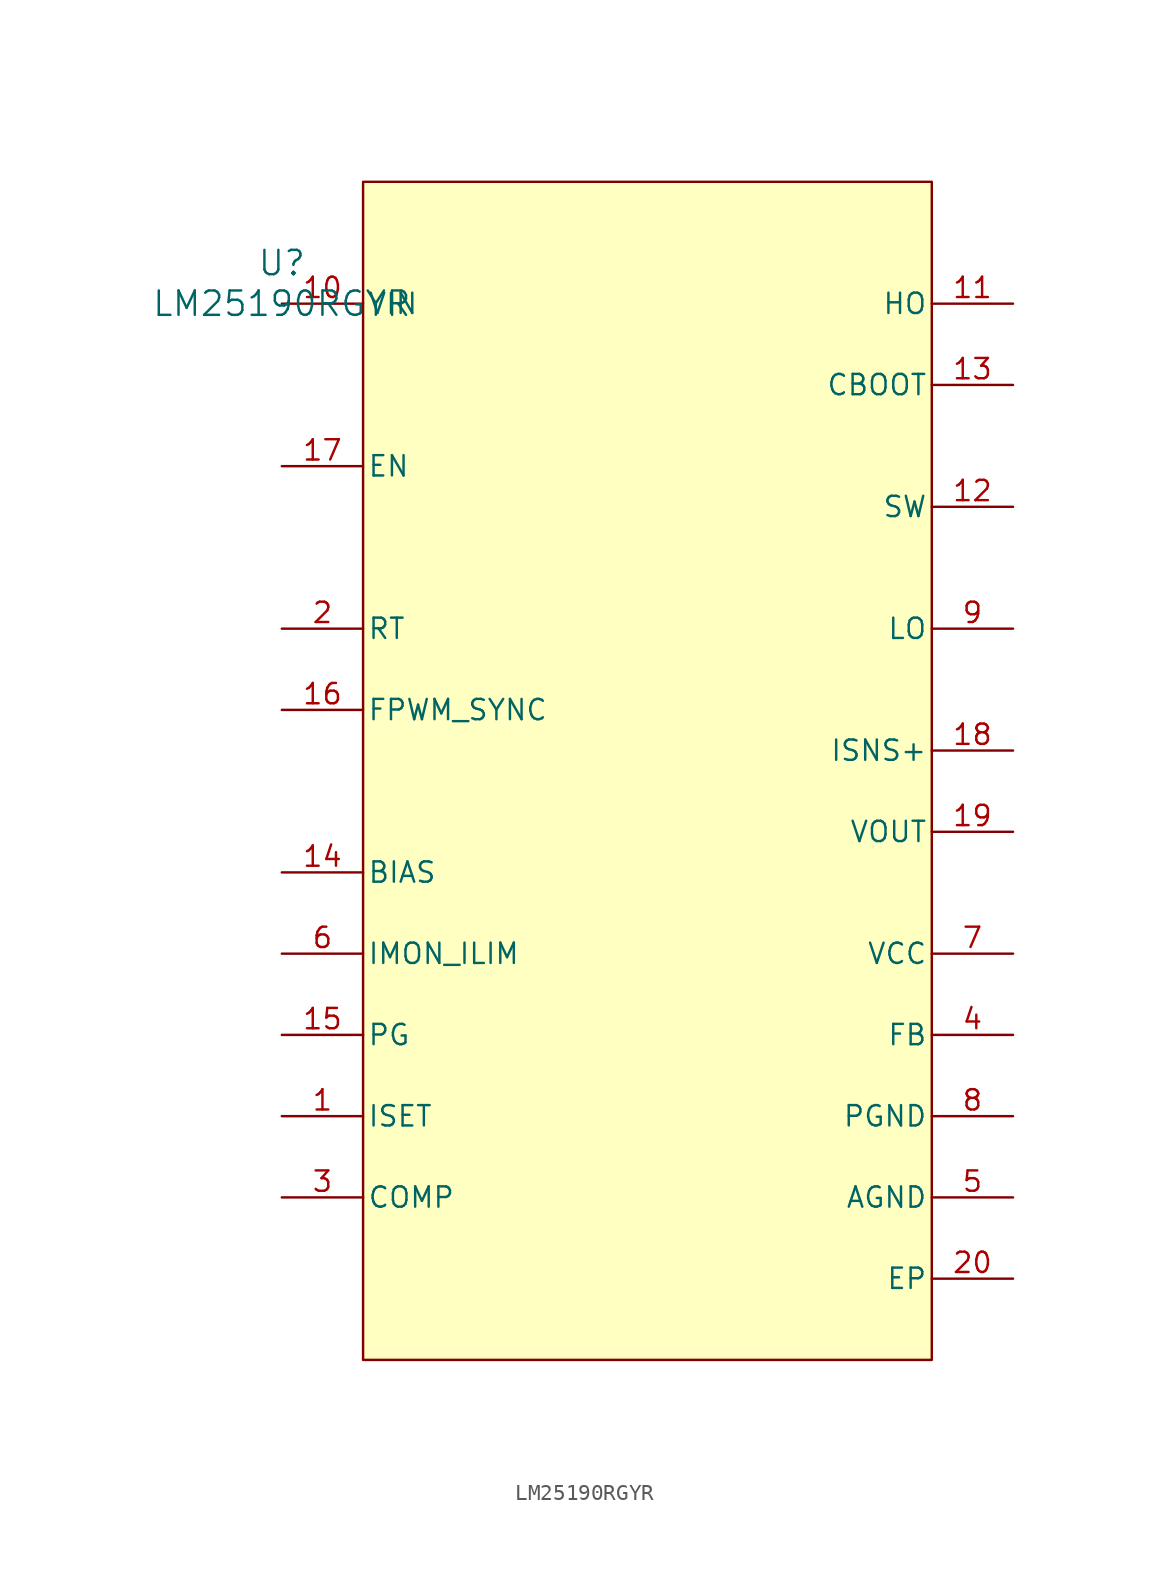
<source format=kicad_sym>
(kicad_symbol_lib
  (version 20241209)
  (generator "kicad_symbol_editor")
  (generator_version "9.0")
  (symbol "LM25190RGYR"
    (pin_names
      (offset 0.254))
    (property "Reference" "U"
      (at 0 2.54 0)
      (effects (font (size 1.524 1.524))))
    (property "Value" "LM25190RGYR"
      (at 0 0 0)
      (effects (font (size 1.524 1.524))))
    (property "ki_locked" ""
      (at 0 0 0)
      (effects (font (size 1.27 1.27))))
    (symbol "LM25190RGYR_0_1"
      (pin power_in line (at 0 0 0) (length 5.08) (name "VIN" (effects (font (size 1.27 1.27)))) (number "10" (effects (font (size 1.27 1.27)))))
      (pin input line (at 0 -10.16 0) (length 5.08) (name "EN" (effects (font (size 1.27 1.27)))) (number "17" (effects (font (size 1.27 1.27)))))
      (pin unspecified line (at 0 -20.32 0) (length 5.08) (name "RT" (effects (font (size 1.27 1.27)))) (number "2" (effects (font (size 1.27 1.27)))))
      (pin input line (at 0 -25.4 0) (length 5.08) (name "FPWM_SYNC" (effects (font (size 1.27 1.27)))) (number "16" (effects (font (size 1.27 1.27)))))
      (pin unspecified line (at 0 -35.56 0) (length 5.08) (name "BIAS" (effects (font (size 1.27 1.27)))) (number "14" (effects (font (size 1.27 1.27)))))
      (pin unspecified line (at 0 -40.64 0) (length 5.08) (name "IMON_ILIM" (effects (font (size 1.27 1.27)))) (number "6" (effects (font (size 1.27 1.27)))))
      (pin open_collector line (at 0 -45.72 0) (length 5.08) (name "PG" (effects (font (size 1.27 1.27)))) (number "15" (effects (font (size 1.27 1.27)))))
      (pin unspecified line (at 0 -50.8 0) (length 5.08) (name "ISET" (effects (font (size 1.27 1.27)))) (number "1" (effects (font (size 1.27 1.27)))))
      (pin unspecified line (at 0 -55.88 0) (length 5.08) (name "COMP" (effects (font (size 1.27 1.27)))) (number "3" (effects (font (size 1.27 1.27)))))
      (pin unspecified line (at 45.72 0 180) (length 5.08) (name "HO" (effects (font (size 1.27 1.27)))) (number "11" (effects (font (size 1.27 1.27)))))
      (pin unspecified line (at 45.72 -5.08 180) (length 5.08) (name "CBOOT" (effects (font (size 1.27 1.27)))) (number "13" (effects (font (size 1.27 1.27)))))
      (pin unspecified line (at 45.72 -12.7 180) (length 5.08) (name "SW" (effects (font (size 1.27 1.27)))) (number "12" (effects (font (size 1.27 1.27)))))
      (pin unspecified line (at 45.72 -20.32 180) (length 5.08) (name "LO" (effects (font (size 1.27 1.27)))) (number "9" (effects (font (size 1.27 1.27)))))
      (pin unspecified line (at 45.72 -27.94 180) (length 5.08) (name "ISNS+" (effects (font (size 1.27 1.27)))) (number "18" (effects (font (size 1.27 1.27)))))
      (pin unspecified line (at 45.72 -33.02 180) (length 5.08) (name "VOUT" (effects (font (size 1.27 1.27)))) (number "19" (effects (font (size 1.27 1.27)))))
      (pin power_in line (at 45.72 -40.64 180) (length 5.08) (name "VCC" (effects (font (size 1.27 1.27)))) (number "7" (effects (font (size 1.27 1.27)))))
      (pin unspecified line (at 45.72 -45.72 180) (length 5.08) (name "FB" (effects (font (size 1.27 1.27)))) (number "4" (effects (font (size 1.27 1.27)))))
      (pin power_in line (at 45.72 -50.8 180) (length 5.08) (name "PGND" (effects (font (size 1.27 1.27)))) (number "8" (effects (font (size 1.27 1.27)))))
      (pin power_in line (at 45.72 -55.88 180) (length 5.08) (name "AGND" (effects (font (size 1.27 1.27)))) (number "5" (effects (font (size 1.27 1.27)))))
      (pin power_in line (at 45.72 -60.96 180) (length 5.08) (name "EP" (effects (font (size 1.27 1.27)))) (number "20" (effects (font (size 1.27 1.27))))))
    (symbol "LM25190RGYR_1_1"
      (rectangle (start 5.08 7.62) (end 40.64 -66.04) (stroke (width 0) (type default)) (fill (type background))))))
</source>
